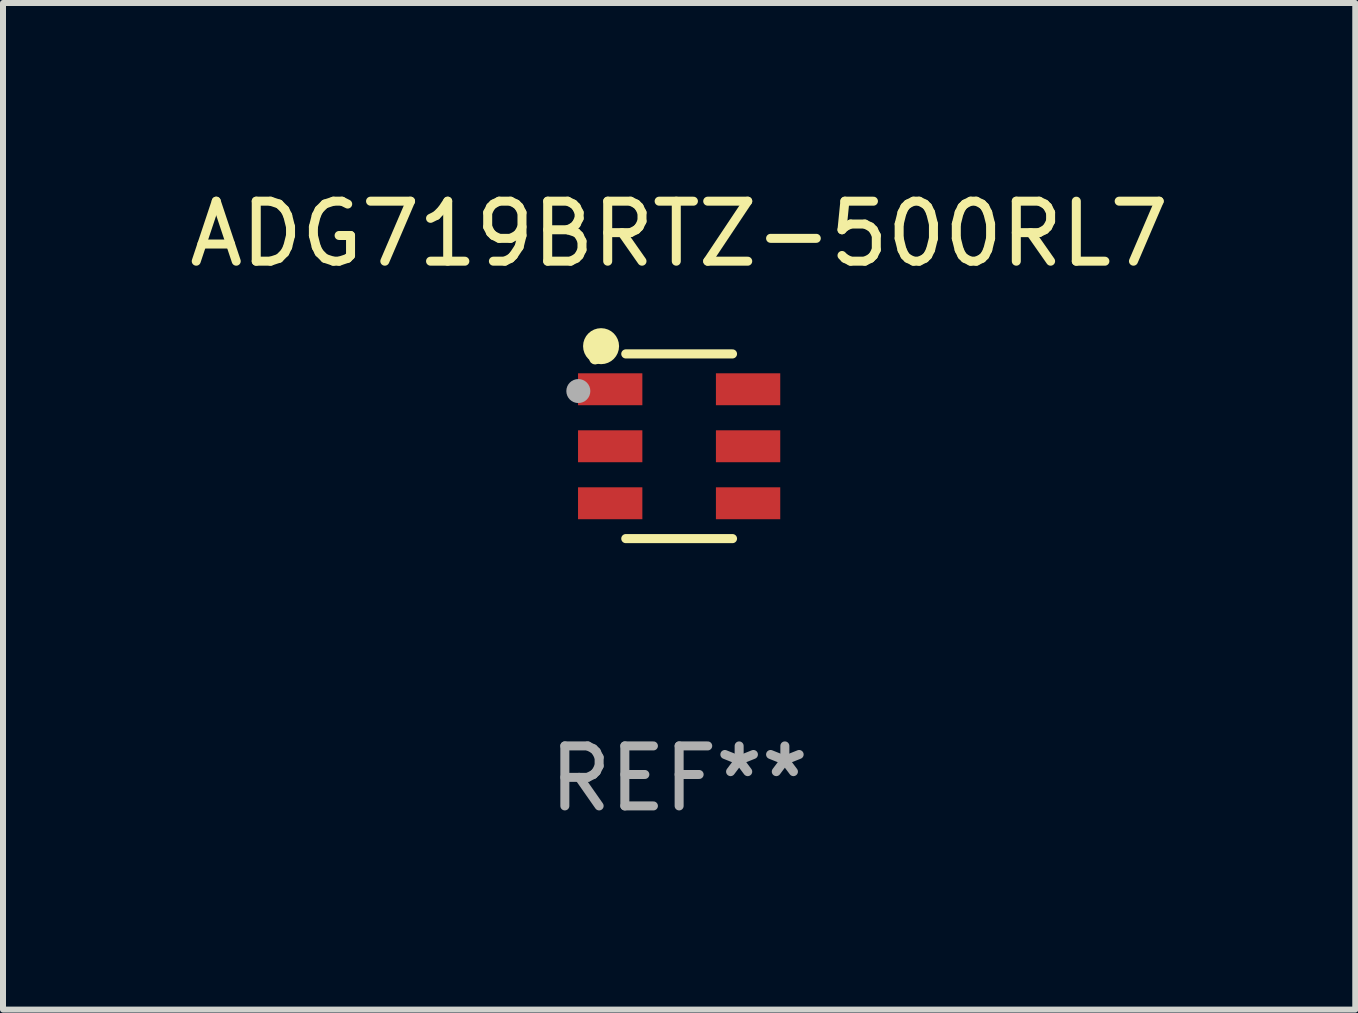
<source format=kicad_pcb>
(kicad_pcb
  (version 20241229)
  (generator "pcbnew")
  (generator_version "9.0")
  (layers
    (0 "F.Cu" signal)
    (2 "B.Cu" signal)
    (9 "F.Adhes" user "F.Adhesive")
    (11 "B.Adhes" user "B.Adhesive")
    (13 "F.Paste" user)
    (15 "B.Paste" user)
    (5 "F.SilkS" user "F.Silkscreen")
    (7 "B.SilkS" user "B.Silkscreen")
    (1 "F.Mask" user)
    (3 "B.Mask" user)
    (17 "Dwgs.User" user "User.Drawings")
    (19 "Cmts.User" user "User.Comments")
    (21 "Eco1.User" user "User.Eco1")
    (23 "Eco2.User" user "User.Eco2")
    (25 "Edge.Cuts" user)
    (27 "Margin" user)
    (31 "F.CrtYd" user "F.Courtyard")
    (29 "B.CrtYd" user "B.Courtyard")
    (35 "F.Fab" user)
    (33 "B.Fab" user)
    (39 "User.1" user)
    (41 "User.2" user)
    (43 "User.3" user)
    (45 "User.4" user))
  (footprint "ADG719BRTZ-500RL7"
    (layer "F.Cu")
    (at 8.268 4.387)
    (property "Reference" "ADG719BRTZ-500RL7" (at 0 -3.539 0) (layer "F.SilkS") (effects (font (size 1 1) (thickness 0.15))))
    (attr through_hole)
    (fp_line (start -0.889 -1.539) (end 0.889 -1.539) (stroke (width 0.152) (type solid)) (layer "F.SilkS"))
    (fp_line (start -0.889 1.539) (end 0.889 1.539) (stroke (width 0.152) (type solid)) (layer "F.SilkS"))
    (fp_circle (center -1.4 -1.463) (end -1.35 -1.463) (stroke (width 0.1) (type solid)) (fill no) (layer "F.SilkS"))
    (fp_circle (center -1.301 -1.668) (end -1.151 -1.668) (stroke (width 0.3) (type solid)) (fill no) (layer "F.SilkS"))
    (fp_circle (center -1.68 -0.92) (end -1.58 -0.92) (stroke (width 0.2) (type solid)) (fill no) (layer "F.Fab"))
    (fp_text user "REF**" (at 0 5.539 0) (layer "F.Fab") (effects (font (size 1 1) (thickness 0.15))))
    (pad "1" smd rect (at -1.149 -0.95 270) (size 0.532 1.072) (layers "F.Cu" "F.Mask" "F.Paste"))
    (pad "2" smd rect (at -1.149 0.000102 270) (size 0.532 1.072) (layers "F.Cu" "F.Mask" "F.Paste"))
    (pad "3" smd rect (at -1.149 0.95 270) (size 0.532 1.072) (layers "F.Cu" "F.Mask" "F.Paste"))
    (pad "4" smd rect (at 1.149 0.95 270) (size 0.532 1.072) (layers "F.Cu" "F.Mask" "F.Paste"))
    (pad "5" smd rect (at 1.149 0.000102 270) (size 0.532 1.072) (layers "F.Cu" "F.Mask" "F.Paste"))
    (pad "6" smd rect (at 1.149 -0.95 270) (size 0.532 1.072) (layers "F.Cu" "F.Mask" "F.Paste")))
  (gr_rect
    (start -3 -3)
    (end 19.536 13.775)
    (stroke (width 0.1) (type default))
    (fill no)
    (layer "Edge.Cuts")))
</source>
